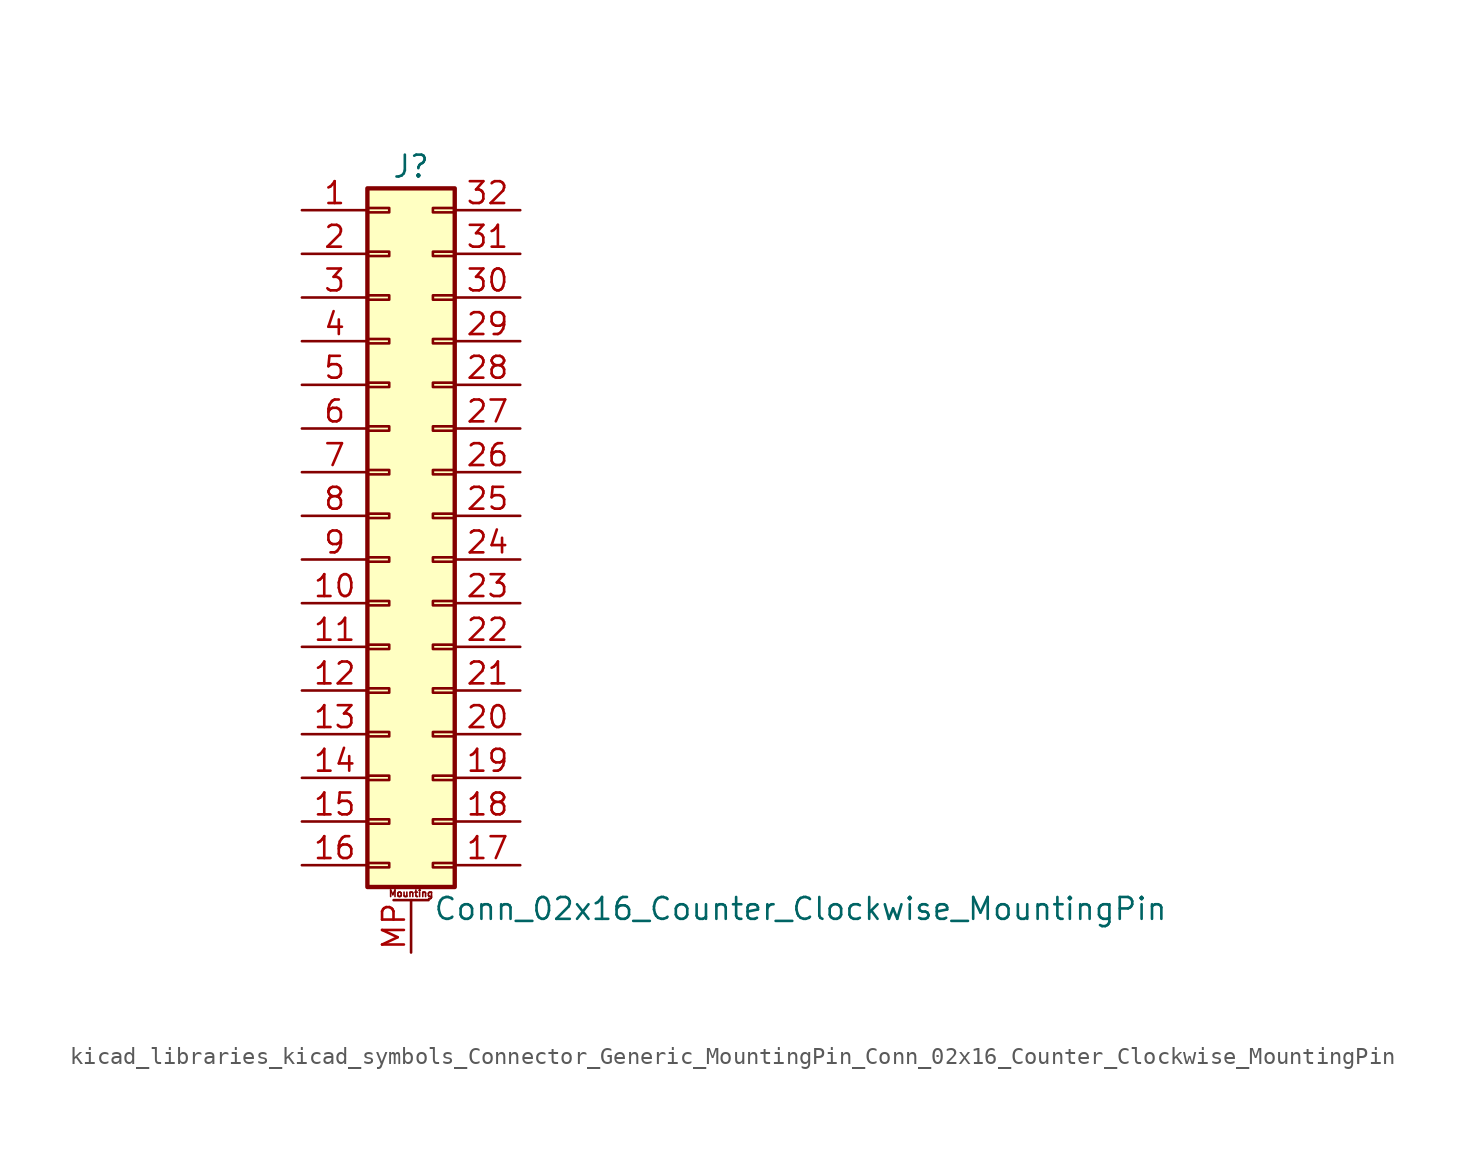
<source format=kicad_sym>
(kicad_symbol_lib
  (version 20220914)
  (generator kicad_symbol_editor)
  (symbol "kicad_libraries_kicad_symbols_Connector_Generic_MountingPin_Conn_02x16_Counter_Clockwise_MountingPin"
    (pin_names
      (offset 1.016) hide)
    (property "Reference" "J"
      (at 1.27 20.32 0)
      (effects (font (size 1.27 1.27))))
    (property "Value" "Conn_02x16_Counter_Clockwise_MountingPin"
      (at 2.54 -22.86 0)
      (effects (font (size 1.27 1.27)) (justify left)))
    (symbol "kicad_libraries_kicad_symbols_Connector_Generic_MountingPin_Conn_02x16_Counter_Clockwise_MountingPin_1_1"
      (rectangle (start -1.27 -20.193) (end 0 -20.447) (stroke (width 0.152) (type default)) (fill (type none)))
      (rectangle (start -1.27 -17.653) (end 0 -17.907) (stroke (width 0.152) (type default)) (fill (type none)))
      (rectangle (start -1.27 -15.113) (end 0 -15.367) (stroke (width 0.152) (type default)) (fill (type none)))
      (rectangle (start -1.27 -12.573) (end 0 -12.827) (stroke (width 0.152) (type default)) (fill (type none)))
      (rectangle (start -1.27 -10.033) (end 0 -10.287) (stroke (width 0.152) (type default)) (fill (type none)))
      (rectangle (start -1.27 -7.493) (end 0 -7.747) (stroke (width 0.152) (type default)) (fill (type none)))
      (rectangle (start -1.27 -4.953) (end 0 -5.207) (stroke (width 0.152) (type default)) (fill (type none)))
      (rectangle (start -1.27 -2.413) (end 0 -2.667) (stroke (width 0.152) (type default)) (fill (type none)))
      (rectangle (start -1.27 0.127) (end 0 -0.127) (stroke (width 0.152) (type default)) (fill (type none)))
      (rectangle (start -1.27 2.667) (end 0 2.413) (stroke (width 0.152) (type default)) (fill (type none)))
      (rectangle (start -1.27 5.207) (end 0 4.953) (stroke (width 0.152) (type default)) (fill (type none)))
      (rectangle (start -1.27 7.747) (end 0 7.493) (stroke (width 0.152) (type default)) (fill (type none)))
      (rectangle (start -1.27 10.287) (end 0 10.033) (stroke (width 0.152) (type default)) (fill (type none)))
      (rectangle (start -1.27 12.827) (end 0 12.573) (stroke (width 0.152) (type default)) (fill (type none)))
      (rectangle (start -1.27 15.367) (end 0 15.113) (stroke (width 0.152) (type default)) (fill (type none)))
      (rectangle (start -1.27 17.907) (end 0 17.653) (stroke (width 0.152) (type default)) (fill (type none)))
      (rectangle (start -1.27 19.05) (end 3.81 -21.59) (stroke (width 0.254) (type default)) (fill (type background)))
      (polyline (pts (xy 0.254 -22.352) (xy 2.286 -22.352)) (stroke (width 0.152) (type default)) (fill (type none)))
      (rectangle (start 3.81 -20.193) (end 2.54 -20.447) (stroke (width 0.152) (type default)) (fill (type none)))
      (rectangle (start 3.81 -17.653) (end 2.54 -17.907) (stroke (width 0.152) (type default)) (fill (type none)))
      (rectangle (start 3.81 -15.113) (end 2.54 -15.367) (stroke (width 0.152) (type default)) (fill (type none)))
      (rectangle (start 3.81 -12.573) (end 2.54 -12.827) (stroke (width 0.152) (type default)) (fill (type none)))
      (rectangle (start 3.81 -10.033) (end 2.54 -10.287) (stroke (width 0.152) (type default)) (fill (type none)))
      (rectangle (start 3.81 -7.493) (end 2.54 -7.747) (stroke (width 0.152) (type default)) (fill (type none)))
      (rectangle (start 3.81 -4.953) (end 2.54 -5.207) (stroke (width 0.152) (type default)) (fill (type none)))
      (rectangle (start 3.81 -2.413) (end 2.54 -2.667) (stroke (width 0.152) (type default)) (fill (type none)))
      (rectangle (start 3.81 0.127) (end 2.54 -0.127) (stroke (width 0.152) (type default)) (fill (type none)))
      (rectangle (start 3.81 2.667) (end 2.54 2.413) (stroke (width 0.152) (type default)) (fill (type none)))
      (rectangle (start 3.81 5.207) (end 2.54 4.953) (stroke (width 0.152) (type default)) (fill (type none)))
      (rectangle (start 3.81 7.747) (end 2.54 7.493) (stroke (width 0.152) (type default)) (fill (type none)))
      (rectangle (start 3.81 10.287) (end 2.54 10.033) (stroke (width 0.152) (type default)) (fill (type none)))
      (rectangle (start 3.81 12.827) (end 2.54 12.573) (stroke (width 0.152) (type default)) (fill (type none)))
      (rectangle (start 3.81 15.367) (end 2.54 15.113) (stroke (width 0.152) (type default)) (fill (type none)))
      (rectangle (start 3.81 17.907) (end 2.54 17.653) (stroke (width 0.152) (type default)) (fill (type none)))
      (text "Mounting" (at 1.27 -21.971 0) (effects (font (size 0.381 0.381))))
      (pin passive line (at -5.08 17.78 0) (length 3.81) (name "Pin_1" (effects (font (size 1.27 1.27)))) (number "1" (effects (font (size 1.27 1.27)))))
      (pin passive line (at -5.08 -5.08 0) (length 3.81) (name "Pin_10" (effects (font (size 1.27 1.27)))) (number "10" (effects (font (size 1.27 1.27)))))
      (pin passive line (at -5.08 -7.62 0) (length 3.81) (name "Pin_11" (effects (font (size 1.27 1.27)))) (number "11" (effects (font (size 1.27 1.27)))))
      (pin passive line (at -5.08 -10.16 0) (length 3.81) (name "Pin_12" (effects (font (size 1.27 1.27)))) (number "12" (effects (font (size 1.27 1.27)))))
      (pin passive line (at -5.08 -12.7 0) (length 3.81) (name "Pin_13" (effects (font (size 1.27 1.27)))) (number "13" (effects (font (size 1.27 1.27)))))
      (pin passive line (at -5.08 -15.24 0) (length 3.81) (name "Pin_14" (effects (font (size 1.27 1.27)))) (number "14" (effects (font (size 1.27 1.27)))))
      (pin passive line (at -5.08 -17.78 0) (length 3.81) (name "Pin_15" (effects (font (size 1.27 1.27)))) (number "15" (effects (font (size 1.27 1.27)))))
      (pin passive line (at -5.08 -20.32 0) (length 3.81) (name "Pin_16" (effects (font (size 1.27 1.27)))) (number "16" (effects (font (size 1.27 1.27)))))
      (pin passive line (at 7.62 -20.32 180) (length 3.81) (name "Pin_17" (effects (font (size 1.27 1.27)))) (number "17" (effects (font (size 1.27 1.27)))))
      (pin passive line (at 7.62 -17.78 180) (length 3.81) (name "Pin_18" (effects (font (size 1.27 1.27)))) (number "18" (effects (font (size 1.27 1.27)))))
      (pin passive line (at 7.62 -15.24 180) (length 3.81) (name "Pin_19" (effects (font (size 1.27 1.27)))) (number "19" (effects (font (size 1.27 1.27)))))
      (pin passive line (at -5.08 15.24 0) (length 3.81) (name "Pin_2" (effects (font (size 1.27 1.27)))) (number "2" (effects (font (size 1.27 1.27)))))
      (pin passive line (at 7.62 -12.7 180) (length 3.81) (name "Pin_20" (effects (font (size 1.27 1.27)))) (number "20" (effects (font (size 1.27 1.27)))))
      (pin passive line (at 7.62 -10.16 180) (length 3.81) (name "Pin_21" (effects (font (size 1.27 1.27)))) (number "21" (effects (font (size 1.27 1.27)))))
      (pin passive line (at 7.62 -7.62 180) (length 3.81) (name "Pin_22" (effects (font (size 1.27 1.27)))) (number "22" (effects (font (size 1.27 1.27)))))
      (pin passive line (at 7.62 -5.08 180) (length 3.81) (name "Pin_23" (effects (font (size 1.27 1.27)))) (number "23" (effects (font (size 1.27 1.27)))))
      (pin passive line (at 7.62 -2.54 180) (length 3.81) (name "Pin_24" (effects (font (size 1.27 1.27)))) (number "24" (effects (font (size 1.27 1.27)))))
      (pin passive line (at 7.62 0 180) (length 3.81) (name "Pin_25" (effects (font (size 1.27 1.27)))) (number "25" (effects (font (size 1.27 1.27)))))
      (pin passive line (at 7.62 2.54 180) (length 3.81) (name "Pin_26" (effects (font (size 1.27 1.27)))) (number "26" (effects (font (size 1.27 1.27)))))
      (pin passive line (at 7.62 5.08 180) (length 3.81) (name "Pin_27" (effects (font (size 1.27 1.27)))) (number "27" (effects (font (size 1.27 1.27)))))
      (pin passive line (at 7.62 7.62 180) (length 3.81) (name "Pin_28" (effects (font (size 1.27 1.27)))) (number "28" (effects (font (size 1.27 1.27)))))
      (pin passive line (at 7.62 10.16 180) (length 3.81) (name "Pin_29" (effects (font (size 1.27 1.27)))) (number "29" (effects (font (size 1.27 1.27)))))
      (pin passive line (at -5.08 12.7 0) (length 3.81) (name "Pin_3" (effects (font (size 1.27 1.27)))) (number "3" (effects (font (size 1.27 1.27)))))
      (pin passive line (at 7.62 12.7 180) (length 3.81) (name "Pin_30" (effects (font (size 1.27 1.27)))) (number "30" (effects (font (size 1.27 1.27)))))
      (pin passive line (at 7.62 15.24 180) (length 3.81) (name "Pin_31" (effects (font (size 1.27 1.27)))) (number "31" (effects (font (size 1.27 1.27)))))
      (pin passive line (at 7.62 17.78 180) (length 3.81) (name "Pin_32" (effects (font (size 1.27 1.27)))) (number "32" (effects (font (size 1.27 1.27)))))
      (pin passive line (at -5.08 10.16 0) (length 3.81) (name "Pin_4" (effects (font (size 1.27 1.27)))) (number "4" (effects (font (size 1.27 1.27)))))
      (pin passive line (at -5.08 7.62 0) (length 3.81) (name "Pin_5" (effects (font (size 1.27 1.27)))) (number "5" (effects (font (size 1.27 1.27)))))
      (pin passive line (at -5.08 5.08 0) (length 3.81) (name "Pin_6" (effects (font (size 1.27 1.27)))) (number "6" (effects (font (size 1.27 1.27)))))
      (pin passive line (at -5.08 2.54 0) (length 3.81) (name "Pin_7" (effects (font (size 1.27 1.27)))) (number "7" (effects (font (size 1.27 1.27)))))
      (pin passive line (at -5.08 0 0) (length 3.81) (name "Pin_8" (effects (font (size 1.27 1.27)))) (number "8" (effects (font (size 1.27 1.27)))))
      (pin passive line (at -5.08 -2.54 0) (length 3.81) (name "Pin_9" (effects (font (size 1.27 1.27)))) (number "9" (effects (font (size 1.27 1.27)))))
      (pin passive line (at 1.27 -25.4 90) (length 3.048) (name "MountPin" (effects (font (size 1.27 1.27)))) (number "MP" (effects (font (size 1.27 1.27))))))))
</source>
